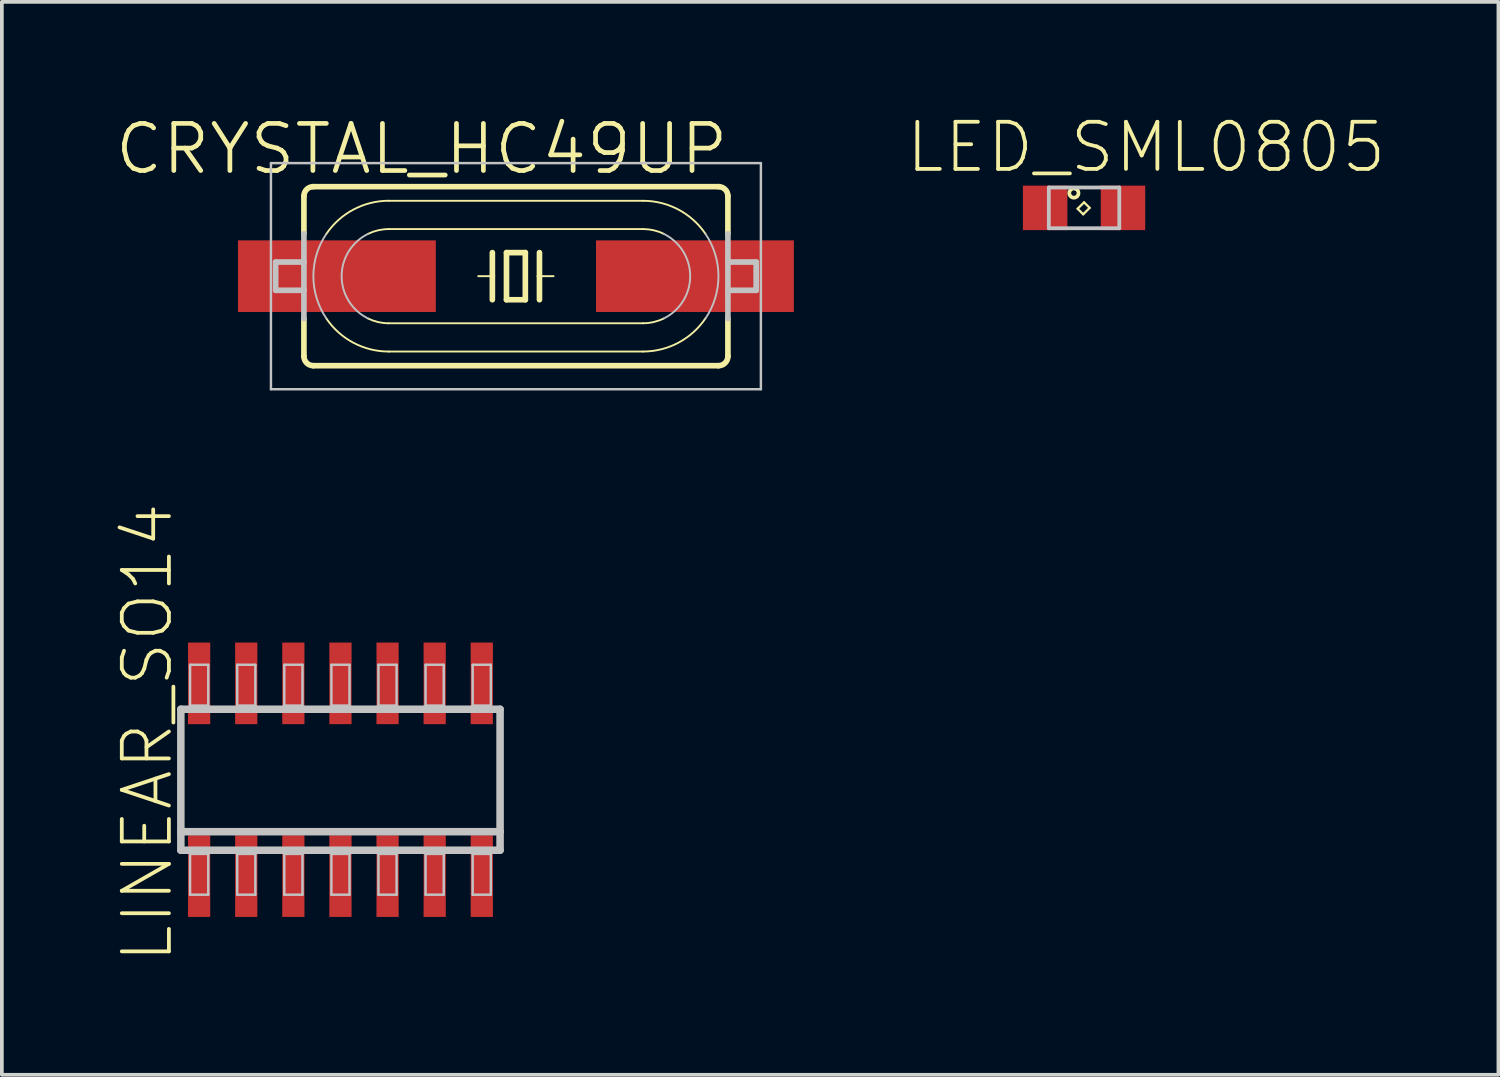
<source format=kicad_pcb>
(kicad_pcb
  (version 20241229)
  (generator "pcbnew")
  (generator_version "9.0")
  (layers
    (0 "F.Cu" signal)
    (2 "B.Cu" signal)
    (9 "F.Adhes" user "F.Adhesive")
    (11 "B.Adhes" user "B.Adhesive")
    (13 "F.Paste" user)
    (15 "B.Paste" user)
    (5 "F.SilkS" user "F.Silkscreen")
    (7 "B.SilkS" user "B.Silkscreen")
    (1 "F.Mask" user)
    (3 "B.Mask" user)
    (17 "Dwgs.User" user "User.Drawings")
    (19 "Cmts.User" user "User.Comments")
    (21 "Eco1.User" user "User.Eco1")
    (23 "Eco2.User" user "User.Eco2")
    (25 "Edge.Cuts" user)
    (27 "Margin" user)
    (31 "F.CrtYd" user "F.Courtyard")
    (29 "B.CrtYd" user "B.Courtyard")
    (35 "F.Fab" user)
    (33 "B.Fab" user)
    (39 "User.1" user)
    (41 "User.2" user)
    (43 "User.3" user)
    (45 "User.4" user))
  (footprint "LINEAR_SO14"
    (layer "F.Cu")
    (at 6.128 17.97)
    (property "Reference" "LINEAR_SO14" (at -5.207 -1.27 90) (layer "F.SilkS") (effects (font (size 1.27 1.27) (thickness 0.102))))
    (attr smd)
    (fp_line (start -4.303 -1.9) (end 4.303 -1.9) (stroke (width 0.203) (type solid)) (layer "Dwgs.User"))
    (fp_line (start -4.303 1.4) (end -4.303 -1.9) (stroke (width 0.203) (type solid)) (layer "Dwgs.User"))
    (fp_line (start -4.303 1.9) (end -4.303 1.4) (stroke (width 0.203) (type solid)) (layer "Dwgs.User"))
    (fp_line (start -4.054 -3.099) (end -3.564 -3.099) (stroke (width 0.066) (type solid)) (layer "Dwgs.User"))
    (fp_line (start -4.054 -1.999) (end -4.054 -3.099) (stroke (width 0.066) (type solid)) (layer "Dwgs.User"))
    (fp_line (start -4.054 -1.999) (end -3.564 -1.999) (stroke (width 0.066) (type solid)) (layer "Dwgs.User"))
    (fp_line (start -4.054 1.999) (end -3.564 1.999) (stroke (width 0.066) (type solid)) (layer "Dwgs.User"))
    (fp_line (start -4.054 3.099) (end -4.054 1.999) (stroke (width 0.066) (type solid)) (layer "Dwgs.User"))
    (fp_line (start -4.054 3.099) (end -3.564 3.099) (stroke (width 0.066) (type solid)) (layer "Dwgs.User"))
    (fp_line (start -3.564 -1.999) (end -3.564 -3.099) (stroke (width 0.066) (type solid)) (layer "Dwgs.User"))
    (fp_line (start -3.564 3.099) (end -3.564 1.999) (stroke (width 0.066) (type solid)) (layer "Dwgs.User"))
    (fp_line (start -2.784 -3.099) (end -2.294 -3.099) (stroke (width 0.066) (type solid)) (layer "Dwgs.User"))
    (fp_line (start -2.784 -1.999) (end -2.784 -3.099) (stroke (width 0.066) (type solid)) (layer "Dwgs.User"))
    (fp_line (start -2.784 -1.999) (end -2.294 -1.999) (stroke (width 0.066) (type solid)) (layer "Dwgs.User"))
    (fp_line (start -2.784 1.999) (end -2.294 1.999) (stroke (width 0.066) (type solid)) (layer "Dwgs.User"))
    (fp_line (start -2.784 3.099) (end -2.784 1.999) (stroke (width 0.066) (type solid)) (layer "Dwgs.User"))
    (fp_line (start -2.784 3.099) (end -2.294 3.099) (stroke (width 0.066) (type solid)) (layer "Dwgs.User"))
    (fp_line (start -2.294 -1.999) (end -2.294 -3.099) (stroke (width 0.066) (type solid)) (layer "Dwgs.User"))
    (fp_line (start -2.294 3.099) (end -2.294 1.999) (stroke (width 0.066) (type solid)) (layer "Dwgs.User"))
    (fp_line (start -1.514 -3.099) (end -1.024 -3.099) (stroke (width 0.066) (type solid)) (layer "Dwgs.User"))
    (fp_line (start -1.514 -1.999) (end -1.514 -3.099) (stroke (width 0.066) (type solid)) (layer "Dwgs.User"))
    (fp_line (start -1.514 -1.999) (end -1.024 -1.999) (stroke (width 0.066) (type solid)) (layer "Dwgs.User"))
    (fp_line (start -1.514 1.999) (end -1.024 1.999) (stroke (width 0.066) (type solid)) (layer "Dwgs.User"))
    (fp_line (start -1.514 3.099) (end -1.514 1.999) (stroke (width 0.066) (type solid)) (layer "Dwgs.User"))
    (fp_line (start -1.514 3.099) (end -1.024 3.099) (stroke (width 0.066) (type solid)) (layer "Dwgs.User"))
    (fp_line (start -1.024 -1.999) (end -1.024 -3.099) (stroke (width 0.066) (type solid)) (layer "Dwgs.User"))
    (fp_line (start -1.024 3.099) (end -1.024 1.999) (stroke (width 0.066) (type solid)) (layer "Dwgs.User"))
    (fp_line (start -0.244 -3.099) (end 0.244 -3.099) (stroke (width 0.066) (type solid)) (layer "Dwgs.User"))
    (fp_line (start -0.244 -1.999) (end -0.244 -3.099) (stroke (width 0.066) (type solid)) (layer "Dwgs.User"))
    (fp_line (start -0.244 -1.999) (end 0.244 -1.999) (stroke (width 0.066) (type solid)) (layer "Dwgs.User"))
    (fp_line (start -0.244 1.999) (end 0.244 1.999) (stroke (width 0.066) (type solid)) (layer "Dwgs.User"))
    (fp_line (start -0.244 3.099) (end -0.244 1.999) (stroke (width 0.066) (type solid)) (layer "Dwgs.User"))
    (fp_line (start -0.244 3.099) (end 0.244 3.099) (stroke (width 0.066) (type solid)) (layer "Dwgs.User"))
    (fp_line (start 0.244 -1.999) (end 0.244 -3.099) (stroke (width 0.066) (type solid)) (layer "Dwgs.User"))
    (fp_line (start 0.244 3.099) (end 0.244 1.999) (stroke (width 0.066) (type solid)) (layer "Dwgs.User"))
    (fp_line (start 1.024 -3.099) (end 1.514 -3.099) (stroke (width 0.066) (type solid)) (layer "Dwgs.User"))
    (fp_line (start 1.024 -1.999) (end 1.024 -3.099) (stroke (width 0.066) (type solid)) (layer "Dwgs.User"))
    (fp_line (start 1.024 -1.999) (end 1.514 -1.999) (stroke (width 0.066) (type solid)) (layer "Dwgs.User"))
    (fp_line (start 1.024 1.999) (end 1.514 1.999) (stroke (width 0.066) (type solid)) (layer "Dwgs.User"))
    (fp_line (start 1.024 3.099) (end 1.024 1.999) (stroke (width 0.066) (type solid)) (layer "Dwgs.User"))
    (fp_line (start 1.024 3.099) (end 1.514 3.099) (stroke (width 0.066) (type solid)) (layer "Dwgs.User"))
    (fp_line (start 1.514 -1.999) (end 1.514 -3.099) (stroke (width 0.066) (type solid)) (layer "Dwgs.User"))
    (fp_line (start 1.514 3.099) (end 1.514 1.999) (stroke (width 0.066) (type solid)) (layer "Dwgs.User"))
    (fp_line (start 2.294 -3.099) (end 2.784 -3.099) (stroke (width 0.066) (type solid)) (layer "Dwgs.User"))
    (fp_line (start 2.294 -1.999) (end 2.294 -3.099) (stroke (width 0.066) (type solid)) (layer "Dwgs.User"))
    (fp_line (start 2.294 -1.999) (end 2.784 -1.999) (stroke (width 0.066) (type solid)) (layer "Dwgs.User"))
    (fp_line (start 2.294 1.999) (end 2.784 1.999) (stroke (width 0.066) (type solid)) (layer "Dwgs.User"))
    (fp_line (start 2.294 3.099) (end 2.294 1.999) (stroke (width 0.066) (type solid)) (layer "Dwgs.User"))
    (fp_line (start 2.294 3.099) (end 2.784 3.099) (stroke (width 0.066) (type solid)) (layer "Dwgs.User"))
    (fp_line (start 2.784 -1.999) (end 2.784 -3.099) (stroke (width 0.066) (type solid)) (layer "Dwgs.User"))
    (fp_line (start 2.784 3.099) (end 2.784 1.999) (stroke (width 0.066) (type solid)) (layer "Dwgs.User"))
    (fp_line (start 3.564 -3.099) (end 4.054 -3.099) (stroke (width 0.066) (type solid)) (layer "Dwgs.User"))
    (fp_line (start 3.564 -1.999) (end 3.564 -3.099) (stroke (width 0.066) (type solid)) (layer "Dwgs.User"))
    (fp_line (start 3.564 -1.999) (end 4.054 -1.999) (stroke (width 0.066) (type solid)) (layer "Dwgs.User"))
    (fp_line (start 3.564 1.999) (end 4.054 1.999) (stroke (width 0.066) (type solid)) (layer "Dwgs.User"))
    (fp_line (start 3.564 3.099) (end 3.564 1.999) (stroke (width 0.066) (type solid)) (layer "Dwgs.User"))
    (fp_line (start 3.564 3.099) (end 4.054 3.099) (stroke (width 0.066) (type solid)) (layer "Dwgs.User"))
    (fp_line (start 4.054 -1.999) (end 4.054 -3.099) (stroke (width 0.066) (type solid)) (layer "Dwgs.User"))
    (fp_line (start 4.054 3.099) (end 4.054 1.999) (stroke (width 0.066) (type solid)) (layer "Dwgs.User"))
    (fp_line (start 4.303 -1.9) (end 4.303 1.4) (stroke (width 0.203) (type solid)) (layer "Dwgs.User"))
    (fp_line (start 4.303 1.4) (end -4.303 1.4) (stroke (width 0.203) (type solid)) (layer "Dwgs.User"))
    (fp_line (start 4.303 1.4) (end 4.303 1.9) (stroke (width 0.203) (type solid)) (layer "Dwgs.User"))
    (fp_line (start 4.303 1.9) (end -4.303 1.9) (stroke (width 0.203) (type solid)) (layer "Dwgs.User"))
    (pad "1" smd rect (at -3.81 2.598) (size 0.599 2.2) (layers "F.Cu" "F.Mask" "F.Paste"))
    (pad "2" smd rect (at -2.54 2.598) (size 0.599 2.2) (layers "F.Cu" "F.Mask" "F.Paste"))
    (pad "3" smd rect (at -1.27 2.598) (size 0.599 2.2) (layers "F.Cu" "F.Mask" "F.Paste"))
    (pad "4" smd rect (at 0 2.598) (size 0.599 2.2) (layers "F.Cu" "F.Mask" "F.Paste"))
    (pad "5" smd rect (at 1.27 2.598) (size 0.599 2.2) (layers "F.Cu" "F.Mask" "F.Paste"))
    (pad "6" smd rect (at 2.54 2.598) (size 0.599 2.2) (layers "F.Cu" "F.Mask" "F.Paste"))
    (pad "7" smd rect (at 3.81 2.598) (size 0.599 2.2) (layers "F.Cu" "F.Mask" "F.Paste"))
    (pad "8" smd rect (at 3.81 -2.598) (size 0.599 2.2) (layers "F.Cu" "F.Mask" "F.Paste"))
    (pad "9" smd rect (at 2.54 -2.598) (size 0.599 2.2) (layers "F.Cu" "F.Mask" "F.Paste"))
    (pad "10" smd rect (at 1.27 -2.598) (size 0.599 2.2) (layers "F.Cu" "F.Mask" "F.Paste"))
    (pad "11" smd rect (at 0 -2.598) (size 0.599 2.2) (layers "F.Cu" "F.Mask" "F.Paste"))
    (pad "12" smd rect (at -1.27 -2.598) (size 0.599 2.2) (layers "F.Cu" "F.Mask" "F.Paste"))
    (pad "13" smd rect (at -2.54 -2.598) (size 0.599 2.2) (layers "F.Cu" "F.Mask" "F.Paste"))
    (pad "14" smd rect (at -3.81 -2.598) (size 0.599 2.2) (layers "F.Cu" "F.Mask" "F.Paste")))
  (footprint "LED_SML0805"
    (layer "F.Cu")
    (at 26.174 2.554)
    (property "Reference" "LED_SML0805" (at 1.674 -1.633 0) (layer "F.SilkS") (effects (font (size 1.27 1.27) (thickness 0.102))))
    (attr smd)
    (fp_line (start -0.173 0.023) (end 0 -0.15) (stroke (width 0.061) (type solid)) (layer "F.SilkS"))
    (fp_line (start -0.023 0.173) (end -0.173 0.023) (stroke (width 0.061) (type solid)) (layer "F.SilkS"))
    (fp_line (start 0 -0.15) (end 0.15 0) (stroke (width 0.061) (type solid)) (layer "F.SilkS"))
    (fp_line (start 0.15 0) (end -0.023 0.173) (stroke (width 0.061) (type solid)) (layer "F.SilkS"))
    (fp_circle (center -0.274 -0.399) (end -0.274 -0.523) (stroke (width 0.1) (type solid)) (fill no) (layer "F.SilkS"))
    (fp_line (start -0.95 -0.549) (end -0.95 0.549) (stroke (width 0.102) (type solid)) (layer "Dwgs.User"))
    (fp_line (start -0.95 0.549) (end 0.95 0.549) (stroke (width 0.102) (type solid)) (layer "Dwgs.User"))
    (fp_line (start 0.95 -0.549) (end -0.95 -0.549) (stroke (width 0.102) (type solid)) (layer "Dwgs.User"))
    (fp_line (start 0.95 0.549) (end 0.95 -0.549) (stroke (width 0.102) (type solid)) (layer "Dwgs.User"))
    (pad "A" smd rect (at 1.049 0) (size 1.199 1.199) (layers "F.Cu" "F.Mask" "F.Paste"))
    (pad "C" smd rect (at -1.049 0) (size 1.199 1.199) (layers "F.Cu" "F.Mask" "F.Paste")))
  (footprint "CRYSTAL_HC49UP"
    (layer "F.Cu")
    (at 10.858 4.395)
    (property "Reference" "CRYSTAL_HC49UP" (at -2.54 -3.429 0) (layer "F.SilkS") (effects (font (size 1.27 1.27) (thickness 0.127))))
    (attr smd)
    (fp_line (start -5.715 -1.143) (end -5.715 -2.159) (stroke (width 0.152) (type solid)) (layer "F.SilkS"))
    (fp_line (start -5.715 2.159) (end -5.715 1.143) (stroke (width 0.152) (type solid)) (layer "F.SilkS"))
    (fp_line (start -3.429 -2.032) (end 3.429 -2.032) (stroke (width 0.051) (type solid)) (layer "F.SilkS"))
    (fp_line (start -3.429 -1.27) (end 3.429 -1.27) (stroke (width 0.051) (type solid)) (layer "F.SilkS"))
    (fp_line (start -0.635 -0.635) (end -0.635 0) (stroke (width 0.152) (type solid)) (layer "F.SilkS"))
    (fp_line (start -0.635 0) (end -1.016 0) (stroke (width 0.051) (type solid)) (layer "F.SilkS"))
    (fp_line (start -0.635 0) (end -0.635 0.635) (stroke (width 0.152) (type solid)) (layer "F.SilkS"))
    (fp_line (start -0.254 -0.635) (end -0.254 0.635) (stroke (width 0.152) (type solid)) (layer "F.SilkS"))
    (fp_line (start -0.254 0.635) (end 0.254 0.635) (stroke (width 0.152) (type solid)) (layer "F.SilkS"))
    (fp_line (start 0.254 -0.635) (end -0.254 -0.635) (stroke (width 0.152) (type solid)) (layer "F.SilkS"))
    (fp_line (start 0.254 0.635) (end 0.254 -0.635) (stroke (width 0.152) (type solid)) (layer "F.SilkS"))
    (fp_line (start 0.635 -0.635) (end 0.635 0) (stroke (width 0.152) (type solid)) (layer "F.SilkS"))
    (fp_line (start 0.635 0) (end 0.635 0.635) (stroke (width 0.152) (type solid)) (layer "F.SilkS"))
    (fp_line (start 0.635 0) (end 1.016 0) (stroke (width 0.051) (type solid)) (layer "F.SilkS"))
    (fp_line (start 3.429 1.27) (end -3.429 1.27) (stroke (width 0.051) (type solid)) (layer "F.SilkS"))
    (fp_line (start 3.429 2.032) (end -3.429 2.032) (stroke (width 0.051) (type solid)) (layer "F.SilkS"))
    (fp_line (start 5.461 -2.413) (end -5.461 -2.413) (stroke (width 0.152) (type solid)) (layer "F.SilkS"))
    (fp_line (start 5.461 2.413) (end -5.461 2.413) (stroke (width 0.152) (type solid)) (layer "F.SilkS"))
    (fp_line (start 5.715 -1.143) (end 5.715 -2.159) (stroke (width 0.152) (type solid)) (layer "F.SilkS"))
    (fp_line (start 5.715 2.159) (end 5.715 1.143) (stroke (width 0.152) (type solid)) (layer "F.SilkS"))
    (fp_arc (start -5.715 -2.159) (mid -5.640605 -2.338605) (end -5.461 -2.413) (stroke (width 0.1524) (type solid)) (layer "F.SilkS"))
    (fp_arc (start -5.461 2.413) (mid -5.640605 2.338605) (end -5.715 2.159) (stroke (width 0.1524) (type solid)) (layer "F.SilkS"))
    (fp_arc (start -5.10794 -1.143) (mid -4.379218 -1.796128) (end -3.429787 -2.033178) (stroke (width 0.0508) (type solid)) (layer "F.SilkS"))
    (fp_arc (start -3.98018 -1.143) (mid -3.711094 -1.237203) (end -3.427769 -1.268955) (stroke (width 0.0508) (type solid)) (layer "F.SilkS"))
    (fp_arc (start -3.429 1.27) (mid -3.712527 1.237947) (end -3.981743 1.143405) (stroke (width 0.0508) (type solid)) (layer "F.SilkS"))
    (fp_arc (start -3.429 2.032) (mid -4.378266 1.796641) (end -5.107632 1.145085) (stroke (width 0.0508) (type solid)) (layer "F.SilkS"))
    (fp_arc (start 3.429 -2.032) (mid 4.378266 -1.796641) (end 5.107632 -1.145085) (stroke (width 0.0508) (type solid)) (layer "F.SilkS"))
    (fp_arc (start 3.429 -1.27) (mid 3.712527 -1.237947) (end 3.981743 -1.143405) (stroke (width 0.0508) (type solid)) (layer "F.SilkS"))
    (fp_arc (start 3.98018 1.143) (mid 3.711094 1.237203) (end 3.427769 1.268955) (stroke (width 0.0508) (type solid)) (layer "F.SilkS"))
    (fp_arc (start 5.10794 1.14046) (mid 4.380405 1.793882) (end 3.431886 2.031747) (stroke (width 0.0508) (type solid)) (layer "F.SilkS"))
    (fp_arc (start 5.461 -2.413) (mid 5.640605 -2.338605) (end 5.715 -2.159) (stroke (width 0.1524) (type solid)) (layer "F.SilkS"))
    (fp_arc (start 5.715 2.159) (mid 5.640605 2.338605) (end 5.461 2.413) (stroke (width 0.1524) (type solid)) (layer "F.SilkS"))
    (fp_line (start -6.604 -3.048) (end 6.604 -3.048) (stroke (width 0.066) (type solid)) (layer "Dwgs.User"))
    (fp_line (start -6.604 3.048) (end -6.604 -3.048) (stroke (width 0.066) (type solid)) (layer "Dwgs.User"))
    (fp_line (start -6.604 3.048) (end 6.604 3.048) (stroke (width 0.066) (type solid)) (layer "Dwgs.User"))
    (fp_line (start -6.477 0.381) (end -6.477 -0.381) (stroke (width 0.152) (type solid)) (layer "Dwgs.User"))
    (fp_line (start -5.715 -0.381) (end -6.477 -0.381) (stroke (width 0.152) (type solid)) (layer "Dwgs.User"))
    (fp_line (start -5.715 -0.381) (end -5.715 -1.143) (stroke (width 0.152) (type solid)) (layer "Dwgs.User"))
    (fp_line (start -5.715 0.381) (end -6.477 0.381) (stroke (width 0.152) (type solid)) (layer "Dwgs.User"))
    (fp_line (start -5.715 0.381) (end -5.715 -0.381) (stroke (width 0.152) (type solid)) (layer "Dwgs.User"))
    (fp_line (start -5.715 1.143) (end -5.715 0.381) (stroke (width 0.152) (type solid)) (layer "Dwgs.User"))
    (fp_line (start 5.715 -0.381) (end 6.477 -0.381) (stroke (width 0.152) (type solid)) (layer "Dwgs.User"))
    (fp_line (start 5.715 0.381) (end 6.477 0.381) (stroke (width 0.152) (type solid)) (layer "Dwgs.User"))
    (fp_line (start 5.715 1.143) (end 5.715 -1.143) (stroke (width 0.152) (type solid)) (layer "Dwgs.User"))
    (fp_line (start 6.477 0.381) (end 6.477 -0.381) (stroke (width 0.152) (type solid)) (layer "Dwgs.User"))
    (fp_line (start 6.604 3.048) (end 6.604 -3.048) (stroke (width 0.066) (type solid)) (layer "Dwgs.User"))
    (fp_arc (start -5.10794 1.143) (mid -5.46008 0.001649) (end -5.109794 -1.140273) (stroke (width 0.0508) (type solid)) (layer "Dwgs.User"))
    (fp_arc (start -3.98018 1.143) (mid -4.697953 0.002339) (end -3.98439 -1.14096) (stroke (width 0.0508) (type solid)) (layer "Dwgs.User"))
    (fp_arc (start 3.98018 -1.143) (mid 4.697953 -0.002339) (end 3.98439 1.14096) (stroke (width 0.0508) (type solid)) (layer "Dwgs.User"))
    (fp_arc (start 5.10794 -1.143) (mid 5.46008 -0.001649) (end 5.109794 1.140273) (stroke (width 0.0508) (type solid)) (layer "Dwgs.User"))
    (pad "1" smd rect (at -4.826 0) (size 5.334 1.93) (layers "F.Cu" "F.Mask" "F.Paste"))
    (pad "2" smd rect (at 4.826 0) (size 5.334 1.93) (layers "F.Cu" "F.Mask" "F.Paste")))
  (gr_rect
    (start -3 -3)
    (end 37.344 25.924)
    (stroke (width 0.1) (type default))
    (fill no)
    (layer "Edge.Cuts")))
</source>
